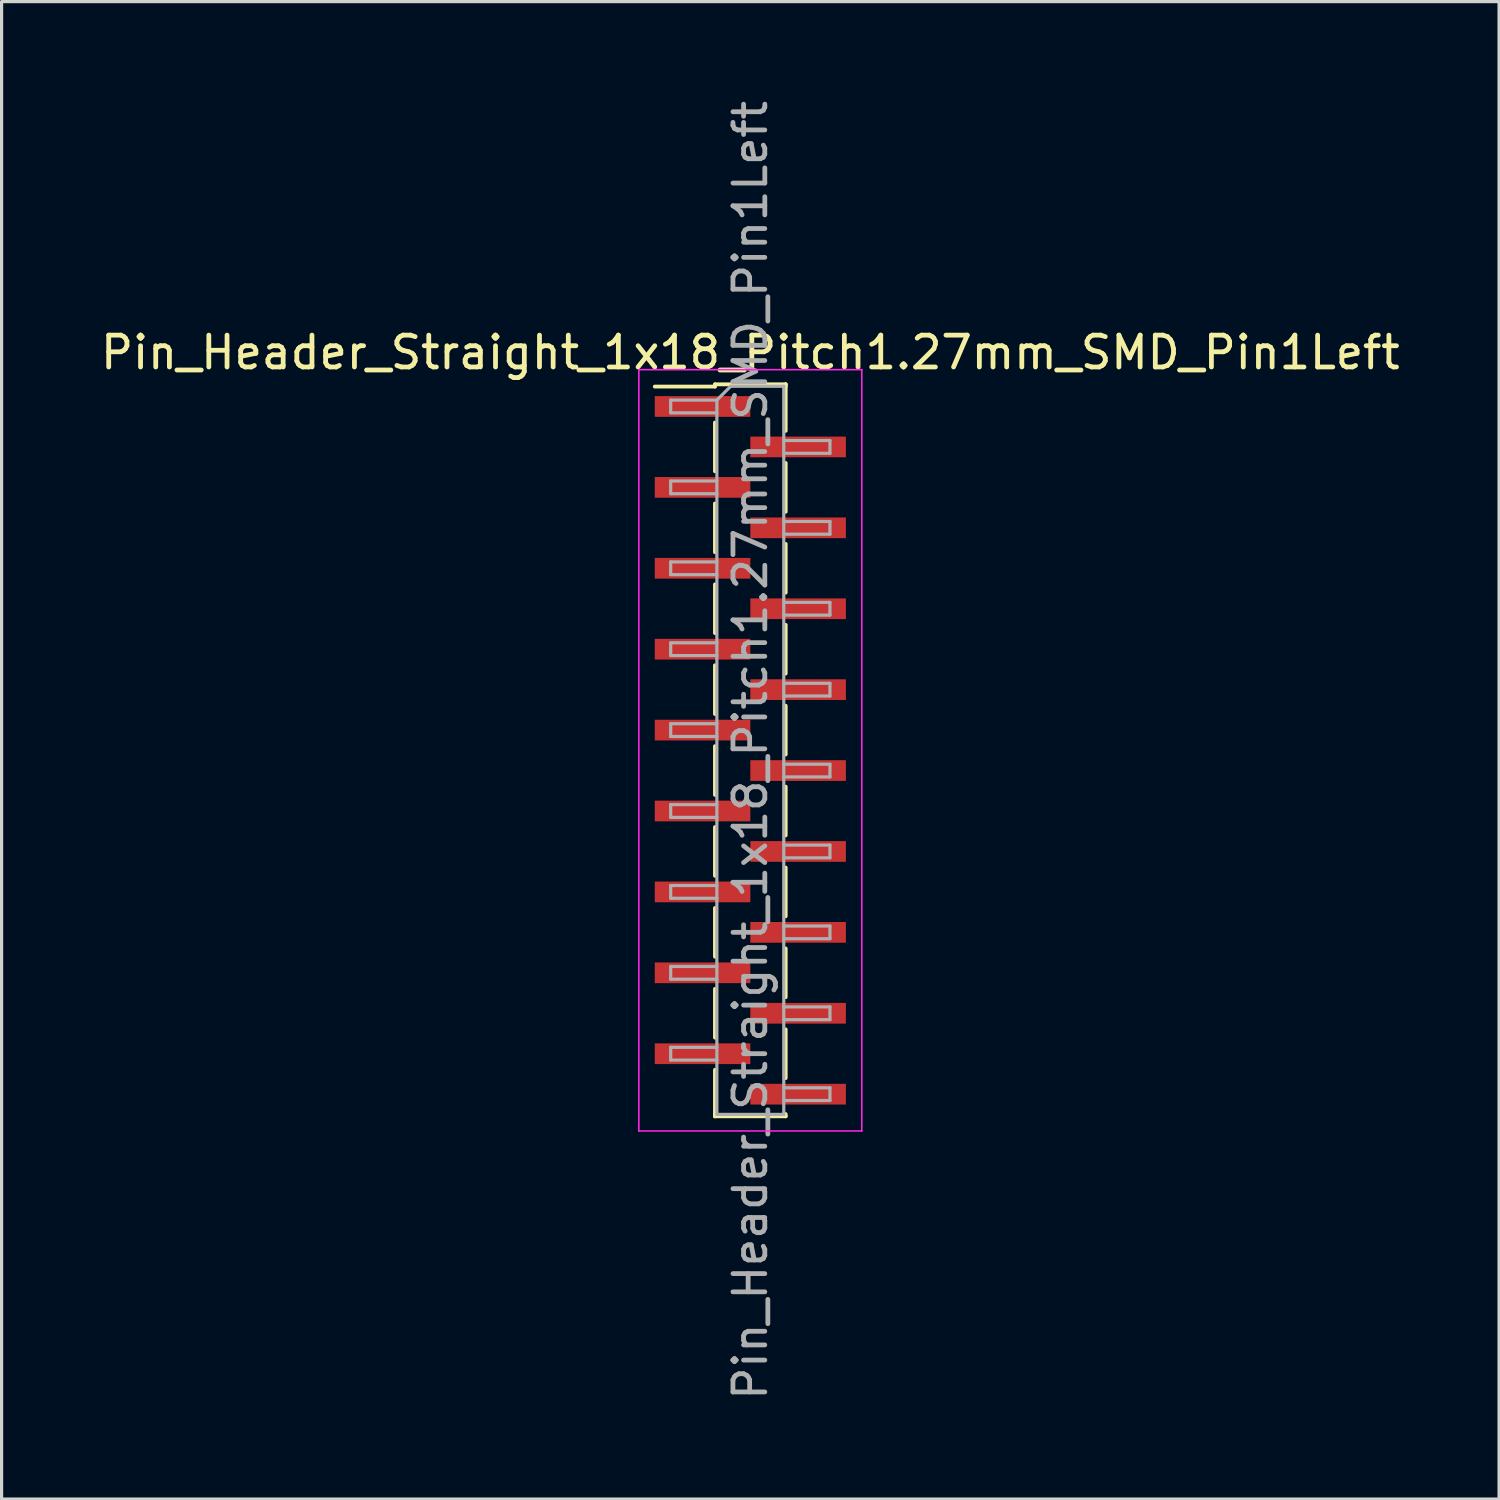
<source format=kicad_pcb>
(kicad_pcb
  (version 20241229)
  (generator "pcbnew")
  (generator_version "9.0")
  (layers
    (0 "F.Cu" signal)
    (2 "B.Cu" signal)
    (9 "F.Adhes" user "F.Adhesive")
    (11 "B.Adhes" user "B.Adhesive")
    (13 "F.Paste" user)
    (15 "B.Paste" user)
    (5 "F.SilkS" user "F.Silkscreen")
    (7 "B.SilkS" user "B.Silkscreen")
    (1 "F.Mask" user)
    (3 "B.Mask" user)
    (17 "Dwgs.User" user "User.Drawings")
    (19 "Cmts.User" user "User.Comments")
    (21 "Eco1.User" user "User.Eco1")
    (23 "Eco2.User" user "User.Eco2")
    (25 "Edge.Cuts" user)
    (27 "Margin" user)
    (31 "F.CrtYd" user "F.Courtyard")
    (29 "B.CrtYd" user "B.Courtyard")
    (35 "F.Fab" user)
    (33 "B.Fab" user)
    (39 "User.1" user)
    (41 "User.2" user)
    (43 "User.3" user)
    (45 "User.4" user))
  (footprint "Pin_Header_Straight_1x18_Pitch1.27mm_SMD_Pin1Left"
    (layer "F.Cu")
    (at 20.506 20.506)
    (property "Reference" "Pin_Header_Straight_1x18_Pitch1.27mm_SMD_Pin1Left" (at 0 -12.49 0) (layer "F.SilkS") (effects (font (size 1 1) (thickness 0.15))))
    (attr smd)
    (fp_line (start -1.11 -11.49) (end 1.11 -11.49) (stroke (width 0.12) (type solid)) (layer "F.SilkS"))
    (fp_line (start -1.11 -11.42) (end -3 -11.42) (stroke (width 0.12) (type solid)) (layer "F.SilkS"))
    (fp_line (start -1.11 -11.42) (end -1.11 -11.49) (stroke (width 0.12) (type solid)) (layer "F.SilkS"))
    (fp_line (start -1.11 -10.29) (end -1.11 -8.76) (stroke (width 0.12) (type solid)) (layer "F.SilkS"))
    (fp_line (start -1.11 -7.75) (end -1.11 -6.22) (stroke (width 0.12) (type solid)) (layer "F.SilkS"))
    (fp_line (start -1.11 -5.21) (end -1.11 -3.68) (stroke (width 0.12) (type solid)) (layer "F.SilkS"))
    (fp_line (start -1.11 -2.67) (end -1.11 -1.14) (stroke (width 0.12) (type solid)) (layer "F.SilkS"))
    (fp_line (start -1.11 -0.13) (end -1.11 1.4) (stroke (width 0.12) (type solid)) (layer "F.SilkS"))
    (fp_line (start -1.11 2.41) (end -1.11 3.94) (stroke (width 0.12) (type solid)) (layer "F.SilkS"))
    (fp_line (start -1.11 4.95) (end -1.11 6.48) (stroke (width 0.12) (type solid)) (layer "F.SilkS"))
    (fp_line (start -1.11 7.49) (end -1.11 9.02) (stroke (width 0.12) (type solid)) (layer "F.SilkS"))
    (fp_line (start -1.11 10.03) (end -1.11 11.49) (stroke (width 0.12) (type solid)) (layer "F.SilkS"))
    (fp_line (start -1.11 11.42) (end -1.11 11.49) (stroke (width 0.12) (type solid)) (layer "F.SilkS"))
    (fp_line (start -1.11 11.49) (end 1.11 11.49) (stroke (width 0.12) (type solid)) (layer "F.SilkS"))
    (fp_line (start 1.11 -11.49) (end 1.11 -11.42) (stroke (width 0.12) (type solid)) (layer "F.SilkS"))
    (fp_line (start 1.11 -11.49) (end 1.11 -10.03) (stroke (width 0.12) (type solid)) (layer "F.SilkS"))
    (fp_line (start 1.11 -9.02) (end 1.11 -7.49) (stroke (width 0.12) (type solid)) (layer "F.SilkS"))
    (fp_line (start 1.11 -6.48) (end 1.11 -4.95) (stroke (width 0.12) (type solid)) (layer "F.SilkS"))
    (fp_line (start 1.11 -3.94) (end 1.11 -2.41) (stroke (width 0.12) (type solid)) (layer "F.SilkS"))
    (fp_line (start 1.11 -1.4) (end 1.11 0.13) (stroke (width 0.12) (type solid)) (layer "F.SilkS"))
    (fp_line (start 1.11 1.14) (end 1.11 2.67) (stroke (width 0.12) (type solid)) (layer "F.SilkS"))
    (fp_line (start 1.11 3.68) (end 1.11 5.21) (stroke (width 0.12) (type solid)) (layer "F.SilkS"))
    (fp_line (start 1.11 6.22) (end 1.11 7.75) (stroke (width 0.12) (type solid)) (layer "F.SilkS"))
    (fp_line (start 1.11 8.76) (end 1.11 10.29) (stroke (width 0.12) (type solid)) (layer "F.SilkS"))
    (fp_line (start 1.11 11.49) (end 1.11 11.42) (stroke (width 0.12) (type solid)) (layer "F.SilkS"))
    (fp_line (start -3.5 -11.95) (end -3.5 11.95) (stroke (width 0.05) (type solid)) (layer "F.CrtYd"))
    (fp_line (start -3.5 11.95) (end 3.5 11.95) (stroke (width 0.05) (type solid)) (layer "F.CrtYd"))
    (fp_line (start 3.5 -11.95) (end -3.5 -11.95) (stroke (width 0.05) (type solid)) (layer "F.CrtYd"))
    (fp_line (start 3.5 11.95) (end 3.5 -11.95) (stroke (width 0.05) (type solid)) (layer "F.CrtYd"))
    (fp_line (start -2.5 -10.995) (end -2.5 -10.595) (stroke (width 0.1) (type solid)) (layer "F.Fab"))
    (fp_line (start -2.5 -10.595) (end -1.05 -10.595) (stroke (width 0.1) (type solid)) (layer "F.Fab"))
    (fp_line (start -2.5 -8.455) (end -2.5 -8.055) (stroke (width 0.1) (type solid)) (layer "F.Fab"))
    (fp_line (start -2.5 -8.055) (end -1.05 -8.055) (stroke (width 0.1) (type solid)) (layer "F.Fab"))
    (fp_line (start -2.5 -5.915) (end -2.5 -5.515) (stroke (width 0.1) (type solid)) (layer "F.Fab"))
    (fp_line (start -2.5 -5.515) (end -1.05 -5.515) (stroke (width 0.1) (type solid)) (layer "F.Fab"))
    (fp_line (start -2.5 -3.375) (end -2.5 -2.975) (stroke (width 0.1) (type solid)) (layer "F.Fab"))
    (fp_line (start -2.5 -2.975) (end -1.05 -2.975) (stroke (width 0.1) (type solid)) (layer "F.Fab"))
    (fp_line (start -2.5 -0.835) (end -2.5 -0.435) (stroke (width 0.1) (type solid)) (layer "F.Fab"))
    (fp_line (start -2.5 -0.435) (end -1.05 -0.435) (stroke (width 0.1) (type solid)) (layer "F.Fab"))
    (fp_line (start -2.5 1.705) (end -2.5 2.105) (stroke (width 0.1) (type solid)) (layer "F.Fab"))
    (fp_line (start -2.5 2.105) (end -1.05 2.105) (stroke (width 0.1) (type solid)) (layer "F.Fab"))
    (fp_line (start -2.5 4.245) (end -2.5 4.645) (stroke (width 0.1) (type solid)) (layer "F.Fab"))
    (fp_line (start -2.5 4.645) (end -1.05 4.645) (stroke (width 0.1) (type solid)) (layer "F.Fab"))
    (fp_line (start -2.5 6.785) (end -2.5 7.185) (stroke (width 0.1) (type solid)) (layer "F.Fab"))
    (fp_line (start -2.5 7.185) (end -1.05 7.185) (stroke (width 0.1) (type solid)) (layer "F.Fab"))
    (fp_line (start -2.5 9.325) (end -2.5 9.725) (stroke (width 0.1) (type solid)) (layer "F.Fab"))
    (fp_line (start -2.5 9.725) (end -1.05 9.725) (stroke (width 0.1) (type solid)) (layer "F.Fab"))
    (fp_line (start -1.05 -10.995) (end -2.5 -10.995) (stroke (width 0.1) (type solid)) (layer "F.Fab"))
    (fp_line (start -1.05 -10.995) (end -0.615 -11.43) (stroke (width 0.1) (type solid)) (layer "F.Fab"))
    (fp_line (start -1.05 -8.455) (end -2.5 -8.455) (stroke (width 0.1) (type solid)) (layer "F.Fab"))
    (fp_line (start -1.05 -5.915) (end -2.5 -5.915) (stroke (width 0.1) (type solid)) (layer "F.Fab"))
    (fp_line (start -1.05 -3.375) (end -2.5 -3.375) (stroke (width 0.1) (type solid)) (layer "F.Fab"))
    (fp_line (start -1.05 -0.835) (end -2.5 -0.835) (stroke (width 0.1) (type solid)) (layer "F.Fab"))
    (fp_line (start -1.05 1.705) (end -2.5 1.705) (stroke (width 0.1) (type solid)) (layer "F.Fab"))
    (fp_line (start -1.05 4.245) (end -2.5 4.245) (stroke (width 0.1) (type solid)) (layer "F.Fab"))
    (fp_line (start -1.05 6.785) (end -2.5 6.785) (stroke (width 0.1) (type solid)) (layer "F.Fab"))
    (fp_line (start -1.05 9.325) (end -2.5 9.325) (stroke (width 0.1) (type solid)) (layer "F.Fab"))
    (fp_line (start -1.05 11.43) (end -1.05 -10.995) (stroke (width 0.1) (type solid)) (layer "F.Fab"))
    (fp_line (start -0.615 -11.43) (end 1.05 -11.43) (stroke (width 0.1) (type solid)) (layer "F.Fab"))
    (fp_line (start 1.05 -11.43) (end 1.05 11.43) (stroke (width 0.1) (type solid)) (layer "F.Fab"))
    (fp_line (start 1.05 -9.725) (end 2.5 -9.725) (stroke (width 0.1) (type solid)) (layer "F.Fab"))
    (fp_line (start 1.05 -7.185) (end 2.5 -7.185) (stroke (width 0.1) (type solid)) (layer "F.Fab"))
    (fp_line (start 1.05 -4.645) (end 2.5 -4.645) (stroke (width 0.1) (type solid)) (layer "F.Fab"))
    (fp_line (start 1.05 -2.105) (end 2.5 -2.105) (stroke (width 0.1) (type solid)) (layer "F.Fab"))
    (fp_line (start 1.05 0.435) (end 2.5 0.435) (stroke (width 0.1) (type solid)) (layer "F.Fab"))
    (fp_line (start 1.05 2.975) (end 2.5 2.975) (stroke (width 0.1) (type solid)) (layer "F.Fab"))
    (fp_line (start 1.05 5.515) (end 2.5 5.515) (stroke (width 0.1) (type solid)) (layer "F.Fab"))
    (fp_line (start 1.05 8.055) (end 2.5 8.055) (stroke (width 0.1) (type solid)) (layer "F.Fab"))
    (fp_line (start 1.05 10.595) (end 2.5 10.595) (stroke (width 0.1) (type solid)) (layer "F.Fab"))
    (fp_line (start 1.05 11.43) (end -1.05 11.43) (stroke (width 0.1) (type solid)) (layer "F.Fab"))
    (fp_line (start 2.5 -9.725) (end 2.5 -9.325) (stroke (width 0.1) (type solid)) (layer "F.Fab"))
    (fp_line (start 2.5 -9.325) (end 1.05 -9.325) (stroke (width 0.1) (type solid)) (layer "F.Fab"))
    (fp_line (start 2.5 -7.185) (end 2.5 -6.785) (stroke (width 0.1) (type solid)) (layer "F.Fab"))
    (fp_line (start 2.5 -6.785) (end 1.05 -6.785) (stroke (width 0.1) (type solid)) (layer "F.Fab"))
    (fp_line (start 2.5 -4.645) (end 2.5 -4.245) (stroke (width 0.1) (type solid)) (layer "F.Fab"))
    (fp_line (start 2.5 -4.245) (end 1.05 -4.245) (stroke (width 0.1) (type solid)) (layer "F.Fab"))
    (fp_line (start 2.5 -2.105) (end 2.5 -1.705) (stroke (width 0.1) (type solid)) (layer "F.Fab"))
    (fp_line (start 2.5 -1.705) (end 1.05 -1.705) (stroke (width 0.1) (type solid)) (layer "F.Fab"))
    (fp_line (start 2.5 0.435) (end 2.5 0.835) (stroke (width 0.1) (type solid)) (layer "F.Fab"))
    (fp_line (start 2.5 0.835) (end 1.05 0.835) (stroke (width 0.1) (type solid)) (layer "F.Fab"))
    (fp_line (start 2.5 2.975) (end 2.5 3.375) (stroke (width 0.1) (type solid)) (layer "F.Fab"))
    (fp_line (start 2.5 3.375) (end 1.05 3.375) (stroke (width 0.1) (type solid)) (layer "F.Fab"))
    (fp_line (start 2.5 5.515) (end 2.5 5.915) (stroke (width 0.1) (type solid)) (layer "F.Fab"))
    (fp_line (start 2.5 5.915) (end 1.05 5.915) (stroke (width 0.1) (type solid)) (layer "F.Fab"))
    (fp_line (start 2.5 8.055) (end 2.5 8.455) (stroke (width 0.1) (type solid)) (layer "F.Fab"))
    (fp_line (start 2.5 8.455) (end 1.05 8.455) (stroke (width 0.1) (type solid)) (layer "F.Fab"))
    (fp_line (start 2.5 10.595) (end 2.5 10.995) (stroke (width 0.1) (type solid)) (layer "F.Fab"))
    (fp_line (start 2.5 10.995) (end 1.05 10.995) (stroke (width 0.1) (type solid)) (layer "F.Fab"))
    (fp_text user "${REFERENCE}" (at 0 0 90) (layer "F.Fab") (effects (font (size 1 1) (thickness 0.15))))
    (pad "1" smd rect (at -1.5 -10.795) (size 3 0.65) (layers "F.Cu" "F.Mask" "F.Paste"))
    (pad "2" smd rect (at 1.5 -9.525) (size 3 0.65) (layers "F.Cu" "F.Mask" "F.Paste"))
    (pad "3" smd rect (at -1.5 -8.255) (size 3 0.65) (layers "F.Cu" "F.Mask" "F.Paste"))
    (pad "4" smd rect (at 1.5 -6.985) (size 3 0.65) (layers "F.Cu" "F.Mask" "F.Paste"))
    (pad "5" smd rect (at -1.5 -5.715) (size 3 0.65) (layers "F.Cu" "F.Mask" "F.Paste"))
    (pad "6" smd rect (at 1.5 -4.445) (size 3 0.65) (layers "F.Cu" "F.Mask" "F.Paste"))
    (pad "7" smd rect (at -1.5 -3.175) (size 3 0.65) (layers "F.Cu" "F.Mask" "F.Paste"))
    (pad "8" smd rect (at 1.5 -1.905) (size 3 0.65) (layers "F.Cu" "F.Mask" "F.Paste"))
    (pad "9" smd rect (at -1.5 -0.635) (size 3 0.65) (layers "F.Cu" "F.Mask" "F.Paste"))
    (pad "10" smd rect (at 1.5 0.635) (size 3 0.65) (layers "F.Cu" "F.Mask" "F.Paste"))
    (pad "11" smd rect (at -1.5 1.905) (size 3 0.65) (layers "F.Cu" "F.Mask" "F.Paste"))
    (pad "12" smd rect (at 1.5 3.175) (size 3 0.65) (layers "F.Cu" "F.Mask" "F.Paste"))
    (pad "13" smd rect (at -1.5 4.445) (size 3 0.65) (layers "F.Cu" "F.Mask" "F.Paste"))
    (pad "14" smd rect (at 1.5 5.715) (size 3 0.65) (layers "F.Cu" "F.Mask" "F.Paste"))
    (pad "15" smd rect (at -1.5 6.985) (size 3 0.65) (layers "F.Cu" "F.Mask" "F.Paste"))
    (pad "16" smd rect (at 1.5 8.255) (size 3 0.65) (layers "F.Cu" "F.Mask" "F.Paste"))
    (pad "17" smd rect (at -1.5 9.525) (size 3 0.65) (layers "F.Cu" "F.Mask" "F.Paste"))
    (pad "18" smd rect (at 1.5 10.795) (size 3 0.65) (layers "F.Cu" "F.Mask" "F.Paste")))
  (gr_rect
    (start -3 -3)
    (end 44.012 44.012)
    (stroke (width 0.1) (type default))
    (fill no)
    (layer "Edge.Cuts")))
</source>
